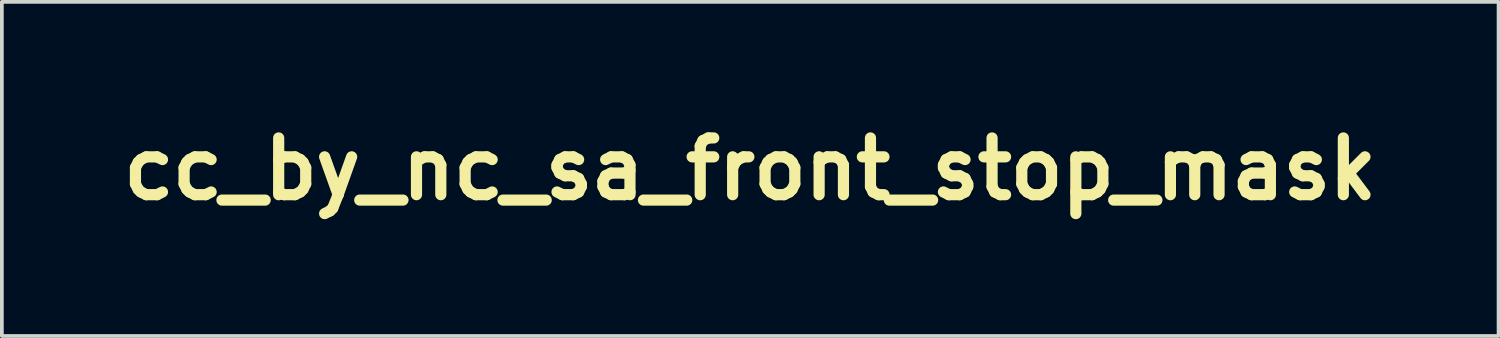
<source format=kicad_pcb>
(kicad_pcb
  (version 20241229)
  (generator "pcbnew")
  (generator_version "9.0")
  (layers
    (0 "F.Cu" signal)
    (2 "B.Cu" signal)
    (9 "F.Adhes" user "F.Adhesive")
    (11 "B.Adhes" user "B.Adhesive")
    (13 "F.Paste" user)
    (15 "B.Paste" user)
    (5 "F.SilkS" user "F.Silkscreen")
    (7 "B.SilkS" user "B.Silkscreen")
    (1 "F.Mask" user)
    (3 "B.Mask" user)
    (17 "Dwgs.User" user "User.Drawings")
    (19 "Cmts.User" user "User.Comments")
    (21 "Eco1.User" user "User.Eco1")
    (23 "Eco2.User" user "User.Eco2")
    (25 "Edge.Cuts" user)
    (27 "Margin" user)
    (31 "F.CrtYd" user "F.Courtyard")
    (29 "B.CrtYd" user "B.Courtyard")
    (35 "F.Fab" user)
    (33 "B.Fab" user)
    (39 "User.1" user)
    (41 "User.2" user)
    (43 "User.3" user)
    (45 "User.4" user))
  (footprint "cc_by_nc_sa_front_stop_mask"
    (layer "F.Cu")
    (at 17.098 1.489)
    (property "Reference" "cc_by_nc_sa_front_stop_mask" (at 0 0 0) (layer "F.SilkS") (effects (font (size 1.524 1.524) (thickness 0.3))))
    (attr through_hole)
    (fp_poly (pts (xy -0.857 0.92) (xy -0.814 0.923) (xy -0.792 0.93) (xy -0.784 0.945) (xy -0.783 0.967) (xy -0.785 0.991) (xy -0.794 1.004) (xy -0.819 1.01) (xy -0.857 1.013) (xy -0.931 1.017) (xy -0.931 0.916) (xy -0.857 0.92)) (stroke (width 0.01) (type solid)) (fill yes) (layer "F.Mask"))
    (fp_poly (pts (xy -0.801 1.094) (xy -0.763 1.116) (xy -0.748 1.151) (xy -0.748 1.155) (xy -0.757 1.187) (xy -0.787 1.206) (xy -0.84 1.213) (xy -0.857 1.214) (xy -0.931 1.214) (xy -0.931 1.087) (xy -0.862 1.087) (xy -0.801 1.094)) (stroke (width 0.01) (type solid)) (fill yes) (layer "F.Mask"))
    (fp_poly (pts (xy 3.254 0.994) (xy 3.265 1.024) (xy 3.278 1.065) (xy 3.286 1.095) (xy 3.288 1.103) (xy 3.275 1.11) (xy 3.244 1.115) (xy 3.232 1.115) (xy 3.176 1.115) (xy 3.196 1.058) (xy 3.216 1.005) (xy 3.23 0.977) (xy 3.242 0.974) (xy 3.254 0.994)) (stroke (width 0.01) (type solid)) (fill yes) (layer "F.Mask"))
    (fp_poly (pts (xy -0.532 -0.934) (xy -0.494 -0.905) (xy -0.473 -0.864) (xy -0.472 -0.818) (xy -0.494 -0.775) (xy -0.496 -0.772) (xy -0.539 -0.737) (xy -0.584 -0.728) (xy -0.629 -0.74) (xy -0.67 -0.77) (xy -0.69 -0.81) (xy -0.69 -0.855) (xy -0.674 -0.897) (xy -0.642 -0.929) (xy -0.595 -0.945) (xy -0.583 -0.945) (xy -0.532 -0.934)) (stroke (width 0.01) (type solid)) (fill yes) (layer "F.Mask"))
    (fp_poly (pts (xy -0.57 -0.674) (xy -0.374 -0.67) (xy -0.37 -0.483) (xy -0.366 -0.296) (xy -0.452 -0.296) (xy -0.452 0.099) (xy -0.706 0.099) (xy -0.706 -0.296) (xy -0.804 -0.296) (xy -0.804 -0.471) (xy -0.803 -0.551) (xy -0.801 -0.606) (xy -0.795 -0.641) (xy -0.787 -0.659) (xy -0.785 -0.662) (xy -0.761 -0.669) (xy -0.711 -0.674) (xy -0.635 -0.675) (xy -0.57 -0.674)) (stroke (width 0.01) (type solid)) (fill yes) (layer "F.Mask"))
    (fp_poly (pts (xy -2.364 -0.434) (xy -2.281 -0.412) (xy -2.211 -0.372) (xy -2.195 -0.357) (xy -2.166 -0.327) (xy -2.148 -0.303) (xy -2.145 -0.296) (xy -2.156 -0.283) (xy -2.186 -0.263) (xy -2.211 -0.249) (xy -2.278 -0.215) (xy -2.316 -0.256) (xy -2.363 -0.287) (xy -2.421 -0.298) (xy -2.478 -0.285) (xy -2.486 -0.281) (xy -2.518 -0.249) (xy -2.54 -0.199) (xy -2.552 -0.136) (xy -2.552 -0.071) (xy -2.539 -0.009) (xy -2.529 0.014) (xy -2.493 0.062) (xy -2.444 0.089) (xy -2.391 0.095) (xy -2.339 0.079) (xy -2.298 0.043) (xy -2.268 0.002) (xy -2.207 0.032) (xy -2.166 0.053) (xy -2.149 0.071) (xy -2.151 0.092) (xy -2.168 0.121) (xy -2.214 0.168) (xy -2.279 0.204) (xy -2.356 0.228) (xy -2.437 0.237) (xy -2.515 0.229) (xy -2.545 0.22) (xy -2.623 0.177) (xy -2.682 0.114) (xy -2.722 0.032) (xy -2.741 -0.066) (xy -2.743 -0.107) (xy -2.733 -0.206) (xy -2.705 -0.285) (xy -2.655 -0.35) (xy -2.613 -0.384) (xy -2.537 -0.421) (xy -2.452 -0.437) (xy -2.364 -0.434)) (stroke (width 0.01) (type solid)) (fill yes) (layer "F.Mask"))
    (fp_poly (pts (xy -2.974 -0.43) (xy -2.942 -0.423) (xy -2.907 -0.406) (xy -2.866 -0.38) (xy -2.826 -0.349) (xy -2.795 -0.32) (xy -2.78 -0.298) (xy -2.78 -0.295) (xy -2.791 -0.282) (xy -2.821 -0.263) (xy -2.846 -0.249) (xy -2.913 -0.215) (xy -2.951 -0.256) (xy -2.999 -0.289) (xy -3.052 -0.299) (xy -3.104 -0.287) (xy -3.148 -0.253) (xy -3.169 -0.218) (xy -3.187 -0.15) (xy -3.188 -0.079) (xy -3.173 -0.012) (xy -3.145 0.043) (xy -3.105 0.08) (xy -3.099 0.083) (xy -3.049 0.093) (xy -2.994 0.083) (xy -2.947 0.057) (xy -2.927 0.035) (xy -2.905 0.001) (xy -2.842 0.032) (xy -2.806 0.052) (xy -2.784 0.071) (xy -2.78 0.078) (xy -2.79 0.099) (xy -2.817 0.131) (xy -2.852 0.164) (xy -2.89 0.194) (xy -2.912 0.207) (xy -2.964 0.225) (xy -3.031 0.234) (xy -3.101 0.235) (xy -3.162 0.226) (xy -3.177 0.221) (xy -3.259 0.179) (xy -3.32 0.121) (xy -3.359 0.046) (xy -3.377 -0.047) (xy -3.38 -0.099) (xy -3.37 -0.201) (xy -3.339 -0.285) (xy -3.287 -0.353) (xy -3.248 -0.386) (xy -3.208 -0.411) (xy -3.169 -0.426) (xy -3.118 -0.433) (xy -3.091 -0.435) (xy -3.03 -0.435) (xy -2.974 -0.43)) (stroke (width 0.01) (type solid)) (fill yes) (layer "F.Mask"))
    (fp_poly (pts (xy 3.213 -0.836) (xy 3.308 -0.799) (xy 3.388 -0.74) (xy 3.452 -0.657) (xy 3.474 -0.614) (xy 3.496 -0.543) (xy 3.507 -0.457) (xy 3.507 -0.368) (xy 3.496 -0.285) (xy 3.477 -0.225) (xy 3.42 -0.134) (xy 3.345 -0.061) (xy 3.255 -0.011) (xy 3.155 0.017) (xy 3.049 0.019) (xy 3.008 0.013) (xy 2.92 -0.018) (xy 2.843 -0.072) (xy 2.783 -0.146) (xy 2.758 -0.194) (xy 2.74 -0.243) (xy 2.737 -0.274) (xy 2.754 -0.289) (xy 2.793 -0.296) (xy 2.834 -0.296) (xy 2.885 -0.296) (xy 2.915 -0.292) (xy 2.931 -0.283) (xy 2.94 -0.265) (xy 2.944 -0.252) (xy 2.972 -0.199) (xy 3.021 -0.165) (xy 3.088 -0.15) (xy 3.103 -0.15) (xy 3.176 -0.161) (xy 3.232 -0.194) (xy 3.271 -0.25) (xy 3.295 -0.328) (xy 3.302 -0.42) (xy 3.296 -0.51) (xy 3.277 -0.578) (xy 3.244 -0.629) (xy 3.23 -0.644) (xy 3.174 -0.676) (xy 3.11 -0.685) (xy 3.046 -0.672) (xy 2.99 -0.638) (xy 2.971 -0.62) (xy 2.943 -0.578) (xy 2.937 -0.55) (xy 2.955 -0.537) (xy 2.967 -0.536) (xy 2.98 -0.534) (xy 2.979 -0.524) (xy 2.963 -0.502) (xy 2.928 -0.466) (xy 2.917 -0.455) (xy 2.836 -0.374) (xy 2.755 -0.455) (xy 2.716 -0.496) (xy 2.696 -0.52) (xy 2.692 -0.533) (xy 2.703 -0.536) (xy 2.704 -0.536) (xy 2.725 -0.543) (xy 2.741 -0.567) (xy 2.752 -0.599) (xy 2.79 -0.689) (xy 2.849 -0.76) (xy 2.926 -0.811) (xy 3.019 -0.841) (xy 3.102 -0.848) (xy 3.213 -0.836)) (stroke (width 0.01) (type solid)) (fill yes) (layer "F.Mask"))
    (fp_poly (pts (xy 3.144 -1.238) (xy 3.273 -1.223) (xy 3.386 -1.193) (xy 3.494 -1.143) (xy 3.525 -1.126) (xy 3.643 -1.039) (xy 3.741 -0.935) (xy 3.818 -0.816) (xy 3.874 -0.687) (xy 3.908 -0.551) (xy 3.918 -0.411) (xy 3.905 -0.27) (xy 3.867 -0.132) (xy 3.803 0.000219) (xy 3.802 0.002) (xy 3.751 0.072) (xy 3.682 0.146) (xy 3.605 0.216) (xy 3.527 0.275) (xy 3.495 0.295) (xy 3.377 0.348) (xy 3.244 0.38) (xy 3.106 0.392) (xy 2.968 0.382) (xy 2.898 0.367) (xy 2.801 0.337) (xy 2.718 0.3) (xy 2.641 0.25) (xy 2.561 0.183) (xy 2.516 0.139) (xy 2.421 0.027) (xy 2.351 -0.097) (xy 2.307 -0.233) (xy 2.287 -0.382) (xy 2.286 -0.432) (xy 2.286 -0.432) (xy 2.431 -0.432) (xy 2.44 -0.311) (xy 2.471 -0.194) (xy 2.524 -0.083) (xy 2.598 0.017) (xy 2.692 0.104) (xy 2.805 0.175) (xy 2.9 0.215) (xy 2.971 0.231) (xy 3.06 0.238) (xy 3.154 0.237) (xy 3.243 0.226) (xy 3.281 0.218) (xy 3.366 0.19) (xy 3.443 0.149) (xy 3.522 0.09) (xy 3.562 0.055) (xy 3.652 -0.044) (xy 3.716 -0.155) (xy 3.754 -0.279) (xy 3.767 -0.415) (xy 3.767 -0.421) (xy 3.756 -0.556) (xy 3.723 -0.676) (xy 3.664 -0.786) (xy 3.58 -0.89) (xy 3.564 -0.906) (xy 3.46 -0.99) (xy 3.346 -1.05) (xy 3.224 -1.086) (xy 3.099 -1.097) (xy 2.974 -1.084) (xy 2.852 -1.047) (xy 2.738 -0.986) (xy 2.635 -0.901) (xy 2.632 -0.898) (xy 2.544 -0.79) (xy 2.482 -0.675) (xy 2.445 -0.555) (xy 2.431 -0.432) (xy 2.286 -0.432) (xy 2.297 -0.576) (xy 2.331 -0.708) (xy 2.389 -0.83) (xy 2.474 -0.946) (xy 2.532 -1.009) (xy 2.644 -1.105) (xy 2.762 -1.174) (xy 2.889 -1.219) (xy 3.029 -1.238) (xy 3.144 -1.238)) (stroke (width 0.01) (type solid)) (fill yes) (layer "F.Mask"))
    (fp_poly (pts (xy -0.382 -1.218) (xy -0.248 -1.172) (xy -0.123 -1.104) (xy -0.012 -1.013) (xy 0.084 -0.9) (xy 0.097 -0.882) (xy 0.159 -0.777) (xy 0.2 -0.673) (xy 0.224 -0.562) (xy 0.232 -0.436) (xy 0.232 -0.423) (xy 0.224 -0.287) (xy 0.199 -0.168) (xy 0.155 -0.06) (xy 0.116 0.008) (xy 0.054 0.089) (xy -0.025 0.17) (xy -0.111 0.243) (xy -0.188 0.295) (xy -0.301 0.345) (xy -0.428 0.378) (xy -0.563 0.392) (xy -0.697 0.386) (xy -0.734 0.381) (xy -0.863 0.344) (xy -0.987 0.284) (xy -1.101 0.202) (xy -1.201 0.102) (xy -1.285 -0.012) (xy -1.348 -0.136) (xy -1.376 -0.222) (xy -1.39 -0.302) (xy -1.396 -0.398) (xy -1.396 -0.415) (xy -1.251 -0.415) (xy -1.239 -0.291) (xy -1.205 -0.174) (xy -1.173 -0.106) (xy -1.112 -0.021) (xy -1.034 0.06) (xy -0.944 0.132) (xy -0.851 0.188) (xy -0.759 0.223) (xy -0.753 0.225) (xy -0.716 0.23) (xy -0.659 0.234) (xy -0.592 0.236) (xy -0.549 0.236) (xy -0.48 0.234) (xy -0.431 0.229) (xy -0.391 0.221) (xy -0.352 0.207) (xy -0.305 0.185) (xy -0.295 0.18) (xy -0.187 0.113) (xy -0.089 0.025) (xy -0.009 -0.078) (xy 0.032 -0.151) (xy 0.051 -0.192) (xy 0.064 -0.227) (xy 0.072 -0.262) (xy 0.076 -0.304) (xy 0.077 -0.361) (xy 0.078 -0.423) (xy 0.077 -0.497) (xy 0.076 -0.551) (xy 0.071 -0.591) (xy 0.062 -0.625) (xy 0.048 -0.661) (xy 0.026 -0.707) (xy 0.026 -0.707) (xy -0.043 -0.822) (xy -0.13 -0.917) (xy -0.231 -0.993) (xy -0.344 -1.048) (xy -0.463 -1.082) (xy -0.587 -1.093) (xy -0.712 -1.081) (xy -0.834 -1.044) (xy -0.949 -0.983) (xy -0.974 -0.965) (xy -1.055 -0.893) (xy -1.129 -0.805) (xy -1.188 -0.711) (xy -1.213 -0.655) (xy -1.243 -0.539) (xy -1.251 -0.415) (xy -1.396 -0.415) (xy -1.394 -0.498) (xy -1.384 -0.588) (xy -1.375 -0.627) (xy -1.332 -0.748) (xy -1.266 -0.866) (xy -1.184 -0.973) (xy -1.09 -1.066) (xy -0.988 -1.137) (xy -0.956 -1.154) (xy -0.813 -1.208) (xy -0.668 -1.237) (xy -0.523 -1.24) (xy -0.382 -1.218)) (stroke (width 0.01) (type solid)) (fill yes) (layer "F.Mask"))
    (fp_poly (pts (xy -2.647 -1.197) (xy -2.531 -1.183) (xy -2.423 -1.156) (xy -2.343 -1.127) (xy -2.19 -1.051) (xy -2.052 -0.954) (xy -1.933 -0.838) (xy -1.834 -0.705) (xy -1.755 -0.559) (xy -1.699 -0.401) (xy -1.666 -0.234) (xy -1.659 -0.06) (xy -1.665 0.02) (xy -1.688 0.169) (xy -1.726 0.3) (xy -1.782 0.419) (xy -1.859 0.533) (xy -1.96 0.648) (xy -1.982 0.67) (xy -2.089 0.769) (xy -2.194 0.845) (xy -2.302 0.904) (xy -2.421 0.949) (xy -2.455 0.96) (xy -2.545 0.979) (xy -2.651 0.991) (xy -2.762 0.997) (xy -2.87 0.995) (xy -2.963 0.985) (xy -2.979 0.981) (xy -3.137 0.937) (xy -3.281 0.87) (xy -3.416 0.778) (xy -3.521 0.684) (xy -3.637 0.556) (xy -3.727 0.427) (xy -3.792 0.292) (xy -3.834 0.147) (xy -3.855 -0.011) (xy -3.858 -0.113) (xy -3.857 -0.123) (xy -3.664 -0.123) (xy -3.654 0.029) (xy -3.616 0.182) (xy -3.613 0.193) (xy -3.551 0.327) (xy -3.466 0.451) (xy -3.362 0.562) (xy -3.242 0.655) (xy -3.11 0.728) (xy -2.97 0.778) (xy -2.914 0.79) (xy -2.845 0.797) (xy -2.759 0.798) (xy -2.668 0.793) (xy -2.582 0.783) (xy -2.513 0.769) (xy -2.512 0.768) (xy -2.386 0.719) (xy -2.262 0.647) (xy -2.15 0.559) (xy -2.145 0.555) (xy -2.037 0.44) (xy -1.956 0.318) (xy -1.9 0.188) (xy -1.868 0.045) (xy -1.859 -0.085) (xy -1.861 -0.193) (xy -1.872 -0.284) (xy -1.894 -0.369) (xy -1.929 -0.459) (xy -1.951 -0.507) (xy -1.984 -0.571) (xy -2.019 -0.626) (xy -2.063 -0.679) (xy -2.122 -0.74) (xy -2.239 -0.842) (xy -2.361 -0.918) (xy -2.491 -0.968) (xy -2.634 -0.996) (xy -2.756 -1.002) (xy -2.918 -0.99) (xy -3.064 -0.955) (xy -3.196 -0.895) (xy -3.314 -0.812) (xy -3.317 -0.809) (xy -3.438 -0.687) (xy -3.534 -0.556) (xy -3.604 -0.417) (xy -3.647 -0.273) (xy -3.664 -0.123) (xy -3.857 -0.123) (xy -3.844 -0.288) (xy -3.805 -0.452) (xy -3.74 -0.606) (xy -3.648 -0.752) (xy -3.604 -0.808) (xy -3.481 -0.937) (xy -3.344 -1.04) (xy -3.195 -1.118) (xy -3.034 -1.171) (xy -2.863 -1.198) (xy -2.78 -1.201) (xy -2.647 -1.197)) (stroke (width 0.01) (type solid)) (fill yes) (layer "F.Mask"))
    (fp_poly (pts (xy 1.444 -1.222) (xy 1.579 -1.181) (xy 1.663 -1.141) (xy 1.736 -1.091) (xy 1.813 -1.024) (xy 1.885 -0.949) (xy 1.946 -0.871) (xy 1.987 -0.803) (xy 2.042 -0.661) (xy 2.07 -0.514) (xy 2.074 -0.364) (xy 2.052 -0.218) (xy 2.004 -0.079) (xy 1.995 -0.059) (xy 1.93 0.046) (xy 1.844 0.145) (xy 1.742 0.232) (xy 1.63 0.304) (xy 1.515 0.353) (xy 1.513 0.354) (xy 1.417 0.376) (xy 1.309 0.388) (xy 1.2 0.389) (xy 1.101 0.379) (xy 1.076 0.375) (xy 0.948 0.332) (xy 0.826 0.265) (xy 0.713 0.177) (xy 0.616 0.073) (xy 0.539 -0.043) (xy 0.525 -0.072) (xy 0.469 -0.217) (xy 0.442 -0.361) (xy 0.442 -0.452) (xy 0.594 -0.452) (xy 0.596 -0.366) (xy 0.606 -0.284) (xy 0.619 -0.227) (xy 0.671 -0.108) (xy 0.745 -0.000183) (xy 0.839 0.093) (xy 0.948 0.167) (xy 1.054 0.213) (xy 1.14 0.232) (xy 1.239 0.239) (xy 1.342 0.235) (xy 1.438 0.219) (xy 1.516 0.193) (xy 1.577 0.161) (xy 1.64 0.122) (xy 1.674 0.098) (xy 1.718 0.06) (xy 1.76 0.018) (xy 1.798 -0.025) (xy 1.825 -0.062) (xy 1.839 -0.09) (xy 1.838 -0.1) (xy 1.822 -0.11) (xy 1.785 -0.128) (xy 1.734 -0.152) (xy 1.685 -0.174) (xy 1.542 -0.237) (xy 1.52 -0.19) (xy 1.482 -0.137) (xy 1.426 -0.093) (xy 1.365 -0.066) (xy 1.358 -0.064) (xy 1.33 -0.056) (xy 1.316 -0.041) (xy 1.313 -0.011) (xy 1.312 0.008) (xy 1.311 0.047) (xy 1.304 0.065) (xy 1.285 0.07) (xy 1.27 0.071) (xy 1.244 0.069) (xy 1.231 0.058) (xy 1.228 0.03) (xy 1.228 0.009) (xy 1.226 -0.03) (xy 1.218 -0.049) (xy 1.194 -0.058) (xy 1.168 -0.062) (xy 1.12 -0.075) (xy 1.066 -0.097) (xy 1.041 -0.109) (xy 0.972 -0.146) (xy 1.086 -0.26) (xy 1.141 -0.229) (xy 1.195 -0.207) (xy 1.252 -0.198) (xy 1.305 -0.201) (xy 1.343 -0.217) (xy 1.347 -0.22) (xy 1.364 -0.252) (xy 1.366 -0.28) (xy 1.363 -0.292) (xy 1.355 -0.303) (xy 1.338 -0.317) (xy 1.311 -0.334) (xy 1.27 -0.355) (xy 1.212 -0.382) (xy 1.136 -0.418) (xy 1.037 -0.462) (xy 0.995 -0.481) (xy 0.628 -0.646) (xy 0.611 -0.594) (xy 0.599 -0.532) (xy 0.594 -0.452) (xy 0.442 -0.452) (xy 0.442 -0.505) (xy 0.471 -0.649) (xy 0.524 -0.785) (xy 0.53 -0.794) (xy 0.706 -0.794) (xy 0.718 -0.785) (xy 0.751 -0.766) (xy 0.8 -0.742) (xy 0.857 -0.716) (xy 0.929 -0.685) (xy 0.978 -0.668) (xy 1.006 -0.662) (xy 1.015 -0.667) (xy 1.035 -0.697) (xy 1.072 -0.732) (xy 1.116 -0.763) (xy 1.159 -0.783) (xy 1.167 -0.786) (xy 1.201 -0.796) (xy 1.217 -0.812) (xy 1.224 -0.843) (xy 1.225 -0.858) (xy 1.229 -0.895) (xy 1.239 -0.912) (xy 1.261 -0.917) (xy 1.271 -0.917) (xy 1.297 -0.915) (xy 1.309 -0.904) (xy 1.312 -0.876) (xy 1.312 -0.856) (xy 1.314 -0.817) (xy 1.322 -0.798) (xy 1.344 -0.789) (xy 1.361 -0.786) (xy 1.401 -0.776) (xy 1.444 -0.761) (xy 1.482 -0.743) (xy 1.506 -0.728) (xy 1.51 -0.721) (xy 1.501 -0.706) (xy 1.477 -0.68) (xy 1.462 -0.665) (xy 1.414 -0.619) (xy 1.347 -0.642) (xy 1.295 -0.654) (xy 1.25 -0.657) (xy 1.239 -0.656) (xy 1.208 -0.641) (xy 1.184 -0.618) (xy 1.174 -0.594) (xy 1.178 -0.581) (xy 1.193 -0.572) (xy 1.23 -0.554) (xy 1.285 -0.529) (xy 1.353 -0.497) (xy 1.43 -0.462) (xy 1.513 -0.424) (xy 1.597 -0.386) (xy 1.679 -0.35) (xy 1.753 -0.317) (xy 1.817 -0.289) (xy 1.865 -0.269) (xy 1.894 -0.257) (xy 1.9 -0.255) (xy 1.911 -0.268) (xy 1.921 -0.305) (xy 1.927 -0.347) (xy 1.928 -0.485) (xy 1.902 -0.616) (xy 1.85 -0.74) (xy 1.772 -0.852) (xy 1.732 -0.895) (xy 1.638 -0.976) (xy 1.54 -1.034) (xy 1.429 -1.073) (xy 1.392 -1.082) (xy 1.264 -1.095) (xy 1.136 -1.084) (xy 1.013 -1.049) (xy 0.902 -0.991) (xy 0.896 -0.987) (xy 0.862 -0.961) (xy 0.822 -0.925) (xy 0.78 -0.885) (xy 0.744 -0.846) (xy 0.717 -0.814) (xy 0.706 -0.795) (xy 0.706 -0.794) (xy 0.53 -0.794) (xy 0.572 -0.863) (xy 0.636 -0.946) (xy 0.712 -1.025) (xy 0.792 -1.095) (xy 0.869 -1.147) (xy 0.885 -1.156) (xy 1.017 -1.207) (xy 1.157 -1.235) (xy 1.301 -1.24) (xy 1.444 -1.222)) (stroke (width 0.01) (type solid)) (fill yes) (layer "F.Mask"))
    (fp_poly (pts (xy 0.386 -1.484) (xy 0.682 -1.484) (xy 0.974 -1.484) (xy 1.261 -1.483) (xy 1.543 -1.483) (xy 1.817 -1.482) (xy 2.083 -1.481) (xy 2.339 -1.48) (xy 2.584 -1.48) (xy 2.816 -1.478) (xy 3.034 -1.477) (xy 3.236 -1.476) (xy 3.422 -1.475) (xy 3.59 -1.473) (xy 3.738 -1.471) (xy 3.865 -1.47) (xy 3.97 -1.468) (xy 4.051 -1.466) (xy 4.108 -1.464) (xy 4.138 -1.462) (xy 4.143 -1.461) (xy 4.157 -1.455) (xy 4.17 -1.45) (xy 4.181 -1.443) (xy 4.191 -1.434) (xy 4.2 -1.42) (xy 4.207 -1.4) (xy 4.213 -1.373) (xy 4.218 -1.336) (xy 4.222 -1.288) (xy 4.226 -1.227) (xy 4.228 -1.152) (xy 4.23 -1.062) (xy 4.231 -0.954) (xy 4.231 -0.827) (xy 4.232 -0.679) (xy 4.231 -0.509) (xy 4.231 -0.315) (xy 4.23 -0.096) (xy 4.23 0.067) (xy 4.226 1.475) (xy 0.006 1.478) (xy -0.337 1.478) (xy -0.673 1.479) (xy -1.001 1.479) (xy -1.319 1.479) (xy -1.627 1.479) (xy -1.923 1.479) (xy -2.206 1.479) (xy -2.475 1.478) (xy -2.729 1.478) (xy -2.967 1.478) (xy -3.188 1.478) (xy -3.391 1.477) (xy -3.574 1.477) (xy -3.737 1.476) (xy -3.879 1.476) (xy -3.997 1.475) (xy -4.092 1.474) (xy -4.162 1.474) (xy -4.207 1.473) (xy -4.224 1.472) (xy -4.224 1.472) (xy -4.225 1.457) (xy -4.226 1.416) (xy -4.228 1.35) (xy -4.229 1.261) (xy -4.23 1.153) (xy -4.231 1.025) (xy -4.232 0.88) (xy -4.232 0.721) (xy -4.233 0.549) (xy -4.233 0.366) (xy -4.233 0.173) (xy -4.233 0.053) (xy -4.233 -0.183) (xy -4.233 -0.393) (xy -4.233 -0.402) (xy -4.163 -0.402) (xy -4.163 0.593) (xy -3.859 0.593) (xy -3.788 0.7) (xy -3.689 0.829) (xy -3.567 0.945) (xy -3.429 1.046) (xy -3.278 1.128) (xy -3.121 1.188) (xy -3.055 1.205) (xy -2.99 1.219) (xy -2.94 1.229) (xy -2.897 1.235) (xy -2.853 1.237) (xy -2.798 1.237) (xy -2.724 1.235) (xy -2.716 1.235) (xy -2.621 1.23) (xy -2.543 1.221) (xy -2.471 1.206) (xy -2.423 1.193) (xy -2.247 1.128) (xy -2.085 1.04) (xy -1.939 0.932) (xy -1.838 0.833) (xy -1.044 0.833) (xy -1.044 1.056) (xy -1.044 1.133) (xy -1.042 1.199) (xy -1.04 1.251) (xy -1.037 1.282) (xy -1.035 1.289) (xy -1.014 1.295) (xy -0.973 1.298) (xy -0.919 1.299) (xy -0.86 1.296) (xy -0.803 1.292) (xy -0.755 1.286) (xy -0.727 1.278) (xy -0.68 1.248) (xy -0.655 1.204) (xy -0.649 1.153) (xy -0.661 1.101) (xy -0.684 1.073) (xy -0.718 1.041) (xy -0.689 1.002) (xy -0.669 0.962) (xy -0.67 0.919) (xy -0.682 0.884) (xy -0.702 0.86) (xy -0.734 0.845) (xy -0.768 0.839) (xy -0.621 0.839) (xy -0.614 0.853) (xy -0.595 0.886) (xy -0.568 0.933) (xy -0.536 0.986) (xy -0.499 1.047) (xy -0.475 1.093) (xy -0.461 1.128) (xy -0.454 1.16) (xy -0.452 1.195) (xy -0.452 1.212) (xy -0.452 1.298) (xy -0.353 1.298) (xy -0.353 1.207) (xy -0.352 1.165) (xy -0.347 1.131) (xy -0.336 1.097) (xy -0.316 1.057) (xy -0.284 1.003) (xy -0.274 0.985) (xy -0.241 0.93) (xy -0.213 0.885) (xy -0.195 0.854) (xy -0.188 0.843) (xy -0.196 0.837) (xy -0.225 0.833) (xy -0.239 0.833) (xy 0.776 0.833) (xy 0.776 1.298) (xy 0.875 1.298) (xy 0.875 1.147) (xy 0.876 1.077) (xy 0.879 1.033) (xy 0.884 1.012) (xy 0.89 1.012) (xy 0.904 1.029) (xy 0.928 1.066) (xy 0.959 1.115) (xy 0.987 1.159) (xy 1.023 1.217) (xy 1.049 1.256) (xy 1.07 1.278) (xy 1.088 1.29) (xy 1.11 1.295) (xy 1.119 1.296) (xy 1.171 1.3) (xy 1.171 1.064) (xy 1.245 1.064) (xy 1.255 1.139) (xy 1.282 1.197) (xy 1.327 1.25) (xy 1.38 1.288) (xy 1.404 1.298) (xy 1.46 1.306) (xy 1.523 1.3) (xy 1.578 1.283) (xy 1.592 1.276) (xy 1.624 1.246) (xy 1.654 1.204) (xy 1.674 1.163) (xy 1.676 1.153) (xy 2.605 1.153) (xy 2.608 1.176) (xy 2.611 1.188) (xy 2.63 1.234) (xy 2.66 1.264) (xy 2.709 1.288) (xy 2.718 1.291) (xy 2.774 1.308) (xy 2.822 1.31) (xy 2.877 1.299) (xy 2.879 1.298) (xy 3.006 1.298) (xy 3.059 1.298) (xy 3.096 1.295) (xy 3.116 1.281) (xy 3.131 1.249) (xy 3.142 1.222) (xy 3.155 1.207) (xy 3.178 1.201) (xy 3.219 1.199) (xy 3.237 1.199) (xy 3.285 1.2) (xy 3.313 1.204) (xy 3.328 1.216) (xy 3.339 1.239) (xy 3.342 1.249) (xy 3.358 1.282) (xy 3.379 1.296) (xy 3.409 1.298) (xy 3.441 1.296) (xy 3.457 1.289) (xy 3.458 1.288) (xy 3.453 1.271) (xy 3.44 1.233) (xy 3.421 1.178) (xy 3.397 1.11) (xy 3.376 1.055) (xy 3.295 0.833) (xy 3.239 0.833) (xy 3.182 0.833) (xy 3.12 0.999) (xy 3.093 1.069) (xy 3.068 1.138) (xy 3.046 1.195) (xy 3.032 1.231) (xy 3.006 1.298) (xy 2.879 1.298) (xy 2.882 1.298) (xy 2.939 1.269) (xy 2.977 1.221) (xy 2.991 1.16) (xy 2.992 1.155) (xy 2.98 1.099) (xy 2.944 1.057) (xy 2.884 1.026) (xy 2.846 1.015) (xy 2.785 0.999) (xy 2.748 0.984) (xy 2.729 0.966) (xy 2.726 0.944) (xy 2.726 0.941) (xy 2.734 0.92) (xy 2.756 0.91) (xy 2.79 0.906) (xy 2.83 0.906) (xy 2.855 0.916) (xy 2.872 0.938) (xy 2.9 0.964) (xy 2.932 0.975) (xy 2.96 0.971) (xy 2.976 0.951) (xy 2.977 0.941) (xy 2.965 0.902) (xy 2.934 0.863) (xy 2.891 0.835) (xy 2.883 0.832) (xy 2.823 0.819) (xy 2.76 0.822) (xy 2.701 0.838) (xy 2.656 0.866) (xy 2.639 0.888) (xy 2.629 0.921) (xy 2.625 0.963) (xy 2.625 0.964) (xy 2.638 1.015) (xy 2.677 1.056) (xy 2.742 1.087) (xy 2.784 1.099) (xy 2.844 1.117) (xy 2.879 1.139) (xy 2.891 1.167) (xy 2.89 1.181) (xy 2.873 1.208) (xy 2.839 1.223) (xy 2.797 1.224) (xy 2.757 1.212) (xy 2.725 1.189) (xy 2.717 1.175) (xy 2.699 1.152) (xy 2.668 1.144) (xy 2.651 1.143) (xy 2.617 1.144) (xy 2.605 1.153) (xy 1.676 1.153) (xy 1.679 1.139) (xy 1.668 1.121) (xy 1.641 1.113) (xy 1.61 1.116) (xy 1.583 1.129) (xy 1.573 1.143) (xy 1.547 1.186) (xy 1.506 1.21) (xy 1.458 1.214) (xy 1.41 1.196) (xy 1.389 1.179) (xy 1.368 1.152) (xy 1.358 1.12) (xy 1.355 1.072) (xy 1.355 1.065) (xy 1.357 1.016) (xy 1.366 0.983) (xy 1.385 0.955) (xy 1.396 0.944) (xy 1.443 0.911) (xy 1.489 0.905) (xy 1.534 0.928) (xy 1.552 0.945) (xy 1.594 0.979) (xy 1.636 0.988) (xy 1.667 0.985) (xy 1.675 0.974) (xy 1.672 0.956) (xy 1.639 0.891) (xy 1.587 0.846) (xy 1.518 0.822) (xy 1.472 0.818) (xy 1.398 0.831) (xy 1.335 0.867) (xy 1.287 0.92) (xy 1.256 0.988) (xy 1.245 1.064) (xy 1.171 1.064) (xy 1.171 0.833) (xy 1.073 0.833) (xy 1.069 0.976) (xy 1.065 1.119) (xy 0.976 0.976) (xy 0.938 0.915) (xy 0.911 0.875) (xy 0.891 0.85) (xy 0.873 0.838) (xy 0.854 0.833) (xy 0.832 0.833) (xy 0.776 0.833) (xy -0.239 0.833) (xy -0.274 0.835) (xy -0.298 0.845) (xy -0.319 0.87) (xy -0.335 0.897) (xy -0.367 0.95) (xy -0.389 0.981) (xy -0.405 0.989) (xy -0.421 0.976) (xy -0.443 0.944) (xy -0.457 0.919) (xy -0.486 0.874) (xy -0.507 0.848) (xy -0.527 0.836) (xy -0.553 0.833) (xy -0.565 0.833) (xy -0.6 0.834) (xy -0.62 0.838) (xy -0.621 0.839) (xy -0.768 0.839) (xy -0.785 0.836) (xy -0.857 0.833) (xy -0.892 0.833) (xy -1.044 0.833) (xy -1.838 0.833) (xy -1.812 0.806) (xy -1.722 0.688) (xy -1.66 0.593) (xy 4.163 0.593) (xy 4.163 -0.381) (xy 4.163 -0.57) (xy 4.163 -0.733) (xy 4.162 -0.872) (xy 4.162 -0.989) (xy 4.161 -1.086) (xy 4.16 -1.164) (xy 4.159 -1.227) (xy 4.157 -1.275) (xy 4.155 -1.311) (xy 4.152 -1.338) (xy 4.149 -1.356) (xy 4.145 -1.368) (xy 4.141 -1.376) (xy 4.135 -1.382) (xy 4.135 -1.383) (xy 4.132 -1.386) (xy 4.128 -1.388) (xy 4.122 -1.391) (xy 4.113 -1.393) (xy 4.101 -1.395) (xy 4.084 -1.397) (xy 4.061 -1.399) (xy 4.032 -1.4) (xy 3.994 -1.402) (xy 3.949 -1.403) (xy 3.894 -1.404) (xy 3.828 -1.405) (xy 3.751 -1.406) (xy 3.661 -1.407) (xy 3.558 -1.408) (xy 3.44 -1.408) (xy 3.307 -1.409) (xy 3.158 -1.409) (xy 2.992 -1.41) (xy 2.808 -1.41) (xy 2.604 -1.41) (xy 2.38 -1.411) (xy 2.135 -1.411) (xy 1.868 -1.411) (xy 1.578 -1.411) (xy 1.264 -1.411) (xy 0.925 -1.411) (xy 0.56 -1.411) (xy 0.169 -1.411) (xy 0 -1.411) (xy -0.403 -1.411) (xy -0.779 -1.411) (xy -1.128 -1.411) (xy -1.452 -1.411) (xy -1.752 -1.411) (xy -2.028 -1.411) (xy -2.282 -1.411) (xy -2.515 -1.411) (xy -2.726 -1.41) (xy -2.919 -1.41) (xy -3.092 -1.41) (xy -3.248 -1.409) (xy -3.388 -1.409) (xy -3.511 -1.408) (xy -3.62 -1.407) (xy -3.715 -1.407) (xy -3.797 -1.406) (xy -3.868 -1.405) (xy -3.927 -1.403) (xy -3.977 -1.402) (xy -4.017 -1.401) (xy -4.05 -1.399) (xy -4.075 -1.398) (xy -4.095 -1.396) (xy -4.109 -1.394) (xy -4.119 -1.392) (xy -4.126 -1.389) (xy -4.13 -1.387) (xy -4.133 -1.384) (xy -4.135 -1.383) (xy -4.14 -1.377) (xy -4.145 -1.369) (xy -4.149 -1.357) (xy -4.152 -1.34) (xy -4.155 -1.315) (xy -4.157 -1.279) (xy -4.159 -1.232) (xy -4.16 -1.172) (xy -4.161 -1.095) (xy -4.162 -1) (xy -4.162 -0.885) (xy -4.163 -0.749) (xy -4.163 -0.588) (xy -4.163 -0.402) (xy -4.233 -0.402) (xy -4.233 -0.578) (xy -4.233 -0.739) (xy -4.232 -0.879) (xy -4.231 -0.998) (xy -4.23 -1.1) (xy -4.228 -1.184) (xy -4.225 -1.253) (xy -4.221 -1.308) (xy -4.217 -1.352) (xy -4.212 -1.385) (xy -4.205 -1.409) (xy -4.197 -1.427) (xy -4.188 -1.439) (xy -4.178 -1.446) (xy -4.166 -1.452) (xy -4.152 -1.457) (xy -4.141 -1.462) (xy -4.122 -1.464) (xy -4.076 -1.466) (xy -4.004 -1.468) (xy -3.909 -1.47) (xy -3.79 -1.471) (xy -3.65 -1.473) (xy -3.49 -1.475) (xy -3.312 -1.476) (xy -3.116 -1.477) (xy -2.904 -1.478) (xy -2.678 -1.479) (xy -2.438 -1.48) (xy -2.186 -1.481) (xy -1.924 -1.482) (xy -1.653 -1.483) (xy -1.374 -1.483) (xy -1.089 -1.484) (xy -0.798 -1.484) (xy -0.504 -1.484) (xy -0.208 -1.484) (xy 0.089 -1.484) (xy 0.386 -1.484)) (stroke (width 0.01) (type solid)) (fill yes) (layer "F.Mask")))
  (gr_rect
    (start -3 -3)
    (end 37.196 5.973)
    (stroke (width 0.1) (type default))
    (fill no)
    (layer "Edge.Cuts")))
</source>
